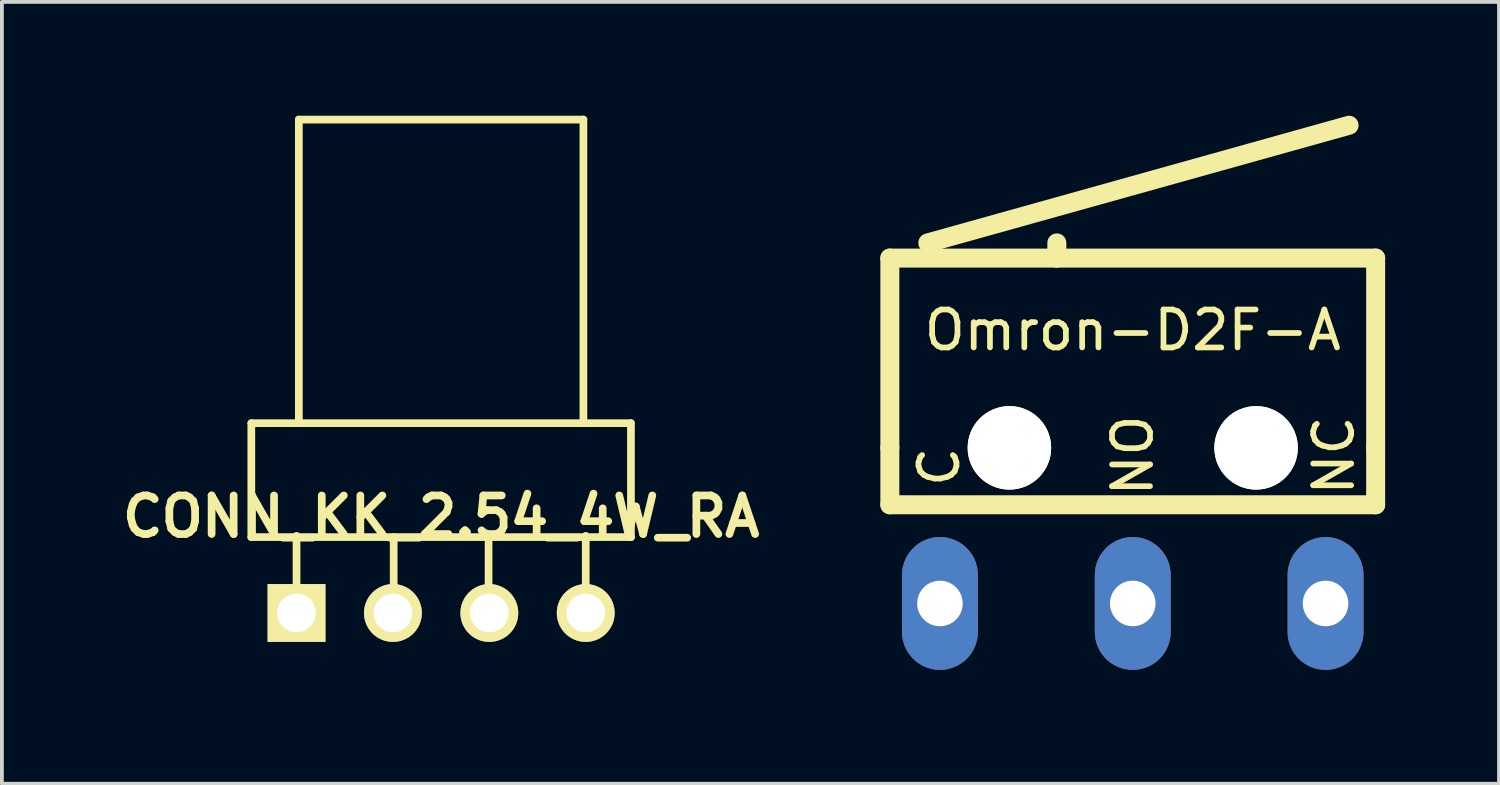
<source format=kicad_pcb>
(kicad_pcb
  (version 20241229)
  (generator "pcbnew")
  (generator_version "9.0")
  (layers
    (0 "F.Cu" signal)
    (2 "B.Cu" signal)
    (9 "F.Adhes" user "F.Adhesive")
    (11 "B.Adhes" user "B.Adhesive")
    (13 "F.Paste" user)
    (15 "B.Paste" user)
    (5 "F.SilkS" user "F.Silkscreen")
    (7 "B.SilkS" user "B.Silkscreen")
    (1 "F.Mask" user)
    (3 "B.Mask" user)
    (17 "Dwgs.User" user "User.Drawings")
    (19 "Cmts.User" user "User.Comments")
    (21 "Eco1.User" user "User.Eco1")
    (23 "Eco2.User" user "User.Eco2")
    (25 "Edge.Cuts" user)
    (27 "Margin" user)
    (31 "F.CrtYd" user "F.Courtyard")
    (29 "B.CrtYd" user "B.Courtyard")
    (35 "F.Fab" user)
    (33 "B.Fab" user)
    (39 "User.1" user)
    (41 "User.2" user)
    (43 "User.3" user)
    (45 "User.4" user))
  (footprint "CONN_KK_2.54_4W_RA"
    (layer "F.Cu")
    (at 8.573 13.101)
    (property "Reference" "CONN_KK_2.54_4W_RA" (at 0 -2.54 0) (layer "F.SilkS") (effects (font (size 1.016 1.016) (thickness 0.203))))
    (attr through_hole)
    (fp_line (start -5.001 -5.001) (end -5.001 -1.999) (stroke (width 0.203) (type solid)) (layer "F.SilkS"))
    (fp_line (start -5.001 -1.999) (end 5.001 -1.999) (stroke (width 0.203) (type solid)) (layer "F.SilkS"))
    (fp_line (start -3.81 0) (end -3.81 -2.032) (stroke (width 0.203) (type solid)) (layer "F.SilkS"))
    (fp_line (start -3.749 -5.001) (end -3.749 -13) (stroke (width 0.203) (type solid)) (layer "F.SilkS"))
    (fp_line (start -1.25 0) (end -1.25 -1.999) (stroke (width 0.203) (type solid)) (layer "F.SilkS"))
    (fp_line (start 1.25 0) (end 1.25 -1.999) (stroke (width 0.203) (type solid)) (layer "F.SilkS"))
    (fp_line (start 3.749 -13) (end -3.749 -13) (stroke (width 0.203) (type solid)) (layer "F.SilkS"))
    (fp_line (start 3.749 -13) (end 3.749 -5.001) (stroke (width 0.203) (type solid)) (layer "F.SilkS"))
    (fp_line (start 3.81 0) (end 3.81 -2.032) (stroke (width 0.203) (type solid)) (layer "F.SilkS"))
    (fp_line (start 5.001 -5.001) (end -5.001 -5.001) (stroke (width 0.203) (type solid)) (layer "F.SilkS"))
    (fp_line (start 5.001 -1.999) (end 5.001 -5.001) (stroke (width 0.203) (type solid)) (layer "F.SilkS"))
    (pad "1" thru_hole rect (at -3.81 0) (size 1.524 1.524) (drill 1.016) (layers "*.Cu" "*.Mask" "F.SilkS"))
    (pad "2" thru_hole circle (at -1.27 0) (size 1.524 1.524) (drill 1.016) (layers "*.Cu" "*.Mask" "F.SilkS"))
    (pad "3" thru_hole circle (at 1.27 0) (size 1.524 1.524) (drill 1.016) (layers "*.Cu" "*.Mask" "F.SilkS"))
    (pad "4" thru_hole circle (at 3.81 0) (size 1.524 1.524) (drill 1.016) (layers "*.Cu" "*.Mask" "F.SilkS")))
  (footprint "Omron-D2F-A"
    (layer "F.Cu")
    (at 26.796 8.75)
    (property "Reference" "Omron-D2F-A" (at 0 -3.1 0) (layer "F.SilkS") (effects (font (size 1 1) (thickness 0.15))))
    (attr through_hole)
    (fp_line (start -6.4 -5) (end 6.4 -5) (stroke (width 0.5) (type solid)) (layer "F.SilkS"))
    (fp_line (start -6.4 0) (end -6.4 -5) (stroke (width 0.5) (type solid)) (layer "F.SilkS"))
    (fp_line (start -6.4 0) (end -6.4 1.5) (stroke (width 0.5) (type solid)) (layer "F.SilkS"))
    (fp_line (start -6.4 1.5) (end 6.4 1.5) (stroke (width 0.5) (type solid)) (layer "F.SilkS"))
    (fp_line (start -5.4 -5.4) (end 5.7 -8.5) (stroke (width 0.5) (type solid)) (layer "F.SilkS"))
    (fp_line (start -2 -5) (end -2 -5.4) (stroke (width 0.5) (type solid)) (layer "F.SilkS"))
    (fp_line (start 6.4 -5) (end 6.4 0) (stroke (width 0.5) (type solid)) (layer "F.SilkS"))
    (fp_line (start 6.4 1.5) (end 6.4 0) (stroke (width 0.5) (type solid)) (layer "F.SilkS"))
    (fp_text user "C" (at -5.1 0.5 90) (layer "F.SilkS") (effects (font (size 1 1) (thickness 0.15))))
    (fp_text user "NO" (at 0 0.2 90) (layer "F.SilkS") (effects (font (size 1 1) (thickness 0.15))))
    (fp_text user "NC" (at 5.3 0.2 90) (layer "F.SilkS") (effects (font (size 1 1) (thickness 0.15))))
    (pad "" np_thru_hole circle (at -3.25 0) (size 2.2 2.2) (drill 2.2) (layers "*.Cu" "*.Mask" "F.SilkS"))
    (pad "" np_thru_hole circle (at 3.25 0) (size 2.2 2.2) (drill 2.2) (layers "*.Cu" "*.Mask" "F.SilkS"))
    (pad "1" thru_hole oval (at -5.08 4.1) (size 2 3.5) (drill 1.2) (layers "*.Cu" "*.Mask"))
    (pad "2" thru_hole oval (at 0 4.1) (size 2 3.5) (drill 1.2) (layers "*.Cu" "*.Mask"))
    (pad "3" thru_hole oval (at 5.08 4.1) (size 2 3.5) (drill 1.2) (layers "*.Cu" "*.Mask")))
  (gr_rect
    (start -3 -3)
    (end 36.446 17.6)
    (stroke (width 0.1) (type default))
    (fill no)
    (layer "Edge.Cuts")))
</source>
